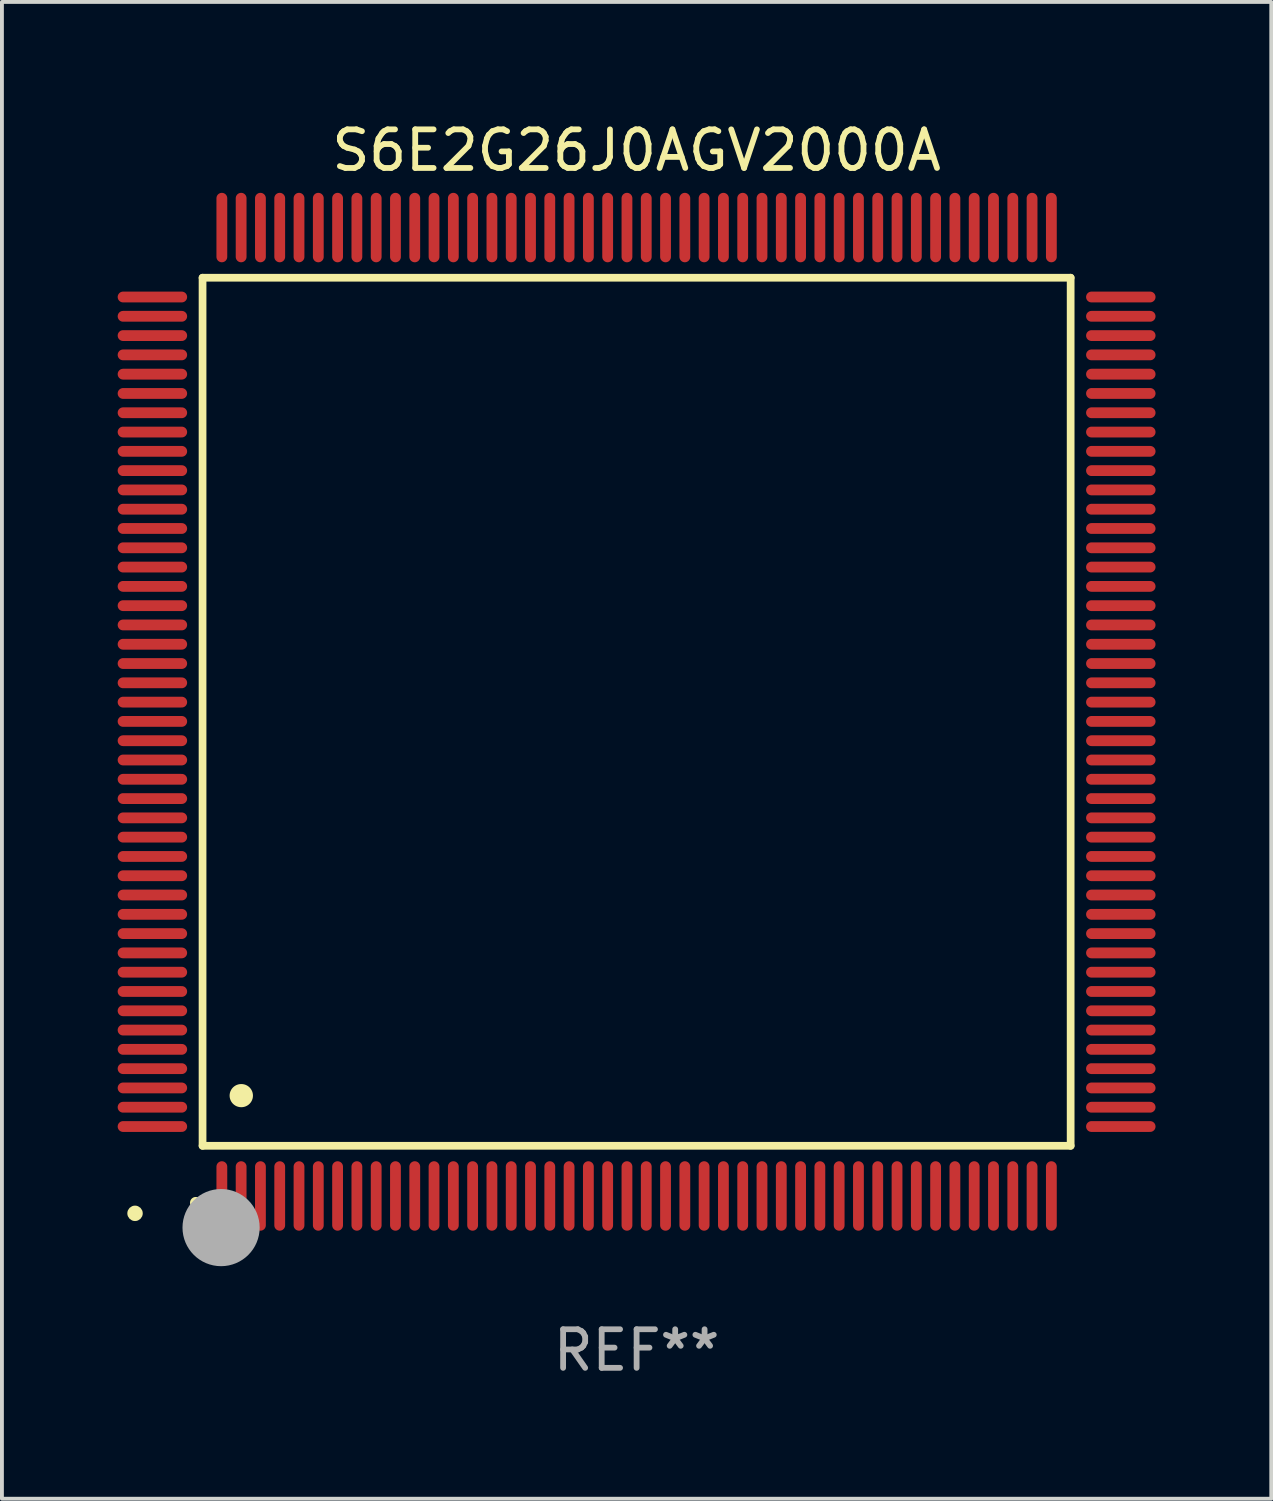
<source format=kicad_pcb>
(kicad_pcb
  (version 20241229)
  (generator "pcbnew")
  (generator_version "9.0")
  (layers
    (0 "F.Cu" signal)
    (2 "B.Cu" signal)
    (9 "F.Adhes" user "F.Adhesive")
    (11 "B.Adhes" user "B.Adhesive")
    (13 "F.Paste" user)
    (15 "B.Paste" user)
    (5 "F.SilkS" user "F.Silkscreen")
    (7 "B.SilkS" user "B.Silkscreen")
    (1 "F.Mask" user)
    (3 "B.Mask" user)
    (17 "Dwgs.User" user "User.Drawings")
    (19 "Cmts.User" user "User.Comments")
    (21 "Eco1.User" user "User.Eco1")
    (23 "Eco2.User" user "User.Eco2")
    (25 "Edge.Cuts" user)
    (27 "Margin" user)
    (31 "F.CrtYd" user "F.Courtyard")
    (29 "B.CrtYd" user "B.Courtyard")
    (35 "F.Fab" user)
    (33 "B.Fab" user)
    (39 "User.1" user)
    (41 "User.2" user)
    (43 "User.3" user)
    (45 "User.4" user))
  (footprint "S6E2G26J0AGV2000A"
    (layer "F.Cu")
    (at 13.45 15.398)
    (property "Reference" "S6E2G26J0AGV2000A" (at 0 -14.55 0) (layer "F.SilkS") (effects (font (size 1 1) (thickness 0.15))))
    (attr through_hole)
    (fp_line (start -11.25 -11.25) (end 11.25 -11.25) (stroke (width 0.2) (type solid)) (layer "F.SilkS"))
    (fp_line (start -11.25 11.25) (end -11.25 -11.25) (stroke (width 0.2) (type solid)) (layer "F.SilkS"))
    (fp_line (start 11.25 -11.25) (end 11.25 11.25) (stroke (width 0.2) (type solid)) (layer "F.SilkS"))
    (fp_line (start 11.25 11.25) (end -11.25 11.25) (stroke (width 0.2) (type solid)) (layer "F.SilkS"))
    (fp_arc (start -11.424943 12.725425) (mid -11.423673 12.72542) (end -11.422403 12.725425) (stroke (width 0.3) (type solid)) (layer "F.SilkS"))
    (fp_arc (start -10.24892 9.9492) (mid -10.24638 9.949189) (end -10.24384 9.9492) (stroke (width 0.6) (type solid)) (layer "F.SilkS"))
    (fp_circle (center -13 13) (end -12.9 13) (stroke (width 0.2) (type solid)) (fill no) (layer "F.SilkS"))
    (fp_circle (center -10.77 13.37) (end -10.27 13.37) (stroke (width 1) (type solid)) (fill no) (layer "F.Fab"))
    (fp_text user "REF**" (at 0 16.55 0) (layer "F.Fab") (effects (font (size 1 1) (thickness 0.15))))
    (pad "1" smd oval (at -10.75 12.55) (size 0.28 1.8) (layers "F.Cu" "F.Mask" "F.Paste"))
    (pad "2" smd oval (at -10.25 12.55) (size 0.28 1.8) (layers "F.Cu" "F.Mask" "F.Paste"))
    (pad "3" smd oval (at -9.75 12.55) (size 0.28 1.8) (layers "F.Cu" "F.Mask" "F.Paste"))
    (pad "4" smd oval (at -9.25 12.55) (size 0.28 1.8) (layers "F.Cu" "F.Mask" "F.Paste"))
    (pad "5" smd oval (at -8.75 12.55) (size 0.28 1.8) (layers "F.Cu" "F.Mask" "F.Paste"))
    (pad "6" smd oval (at -8.25 12.55) (size 0.28 1.8) (layers "F.Cu" "F.Mask" "F.Paste"))
    (pad "7" smd oval (at -7.75 12.55) (size 0.28 1.8) (layers "F.Cu" "F.Mask" "F.Paste"))
    (pad "8" smd oval (at -7.25 12.55) (size 0.28 1.8) (layers "F.Cu" "F.Mask" "F.Paste"))
    (pad "9" smd oval (at -6.75 12.55) (size 0.28 1.8) (layers "F.Cu" "F.Mask" "F.Paste"))
    (pad "10" smd oval (at -6.25 12.55) (size 0.28 1.8) (layers "F.Cu" "F.Mask" "F.Paste"))
    (pad "11" smd oval (at -5.75 12.55) (size 0.28 1.8) (layers "F.Cu" "F.Mask" "F.Paste"))
    (pad "12" smd oval (at -5.25 12.55) (size 0.28 1.8) (layers "F.Cu" "F.Mask" "F.Paste"))
    (pad "13" smd oval (at -4.75 12.55) (size 0.28 1.8) (layers "F.Cu" "F.Mask" "F.Paste"))
    (pad "14" smd oval (at -4.25 12.55) (size 0.28 1.8) (layers "F.Cu" "F.Mask" "F.Paste"))
    (pad "15" smd oval (at -3.75 12.55) (size 0.28 1.8) (layers "F.Cu" "F.Mask" "F.Paste"))
    (pad "16" smd oval (at -3.25 12.55) (size 0.28 1.8) (layers "F.Cu" "F.Mask" "F.Paste"))
    (pad "17" smd oval (at -2.75 12.55) (size 0.28 1.8) (layers "F.Cu" "F.Mask" "F.Paste"))
    (pad "18" smd oval (at -2.25 12.55) (size 0.28 1.8) (layers "F.Cu" "F.Mask" "F.Paste"))
    (pad "19" smd oval (at -1.75 12.55) (size 0.28 1.8) (layers "F.Cu" "F.Mask" "F.Paste"))
    (pad "20" smd oval (at -1.25 12.55) (size 0.28 1.8) (layers "F.Cu" "F.Mask" "F.Paste"))
    (pad "21" smd oval (at -0.75 12.55) (size 0.28 1.8) (layers "F.Cu" "F.Mask" "F.Paste"))
    (pad "22" smd oval (at -0.25 12.55) (size 0.28 1.8) (layers "F.Cu" "F.Mask" "F.Paste"))
    (pad "23" smd oval (at 0.25 12.55) (size 0.28 1.8) (layers "F.Cu" "F.Mask" "F.Paste"))
    (pad "24" smd oval (at 0.75 12.55) (size 0.28 1.8) (layers "F.Cu" "F.Mask" "F.Paste"))
    (pad "25" smd oval (at 1.25 12.55) (size 0.28 1.8) (layers "F.Cu" "F.Mask" "F.Paste"))
    (pad "26" smd oval (at 1.75 12.55) (size 0.28 1.8) (layers "F.Cu" "F.Mask" "F.Paste"))
    (pad "27" smd oval (at 2.25 12.55) (size 0.28 1.8) (layers "F.Cu" "F.Mask" "F.Paste"))
    (pad "28" smd oval (at 2.75 12.55) (size 0.28 1.8) (layers "F.Cu" "F.Mask" "F.Paste"))
    (pad "29" smd oval (at 3.25 12.55) (size 0.28 1.8) (layers "F.Cu" "F.Mask" "F.Paste"))
    (pad "30" smd oval (at 3.75 12.55) (size 0.28 1.8) (layers "F.Cu" "F.Mask" "F.Paste"))
    (pad "31" smd oval (at 4.25 12.55) (size 0.28 1.8) (layers "F.Cu" "F.Mask" "F.Paste"))
    (pad "32" smd oval (at 4.75 12.55) (size 0.28 1.8) (layers "F.Cu" "F.Mask" "F.Paste"))
    (pad "33" smd oval (at 5.25 12.55) (size 0.28 1.8) (layers "F.Cu" "F.Mask" "F.Paste"))
    (pad "34" smd oval (at 5.75 12.55) (size 0.28 1.8) (layers "F.Cu" "F.Mask" "F.Paste"))
    (pad "35" smd oval (at 6.25 12.55) (size 0.28 1.8) (layers "F.Cu" "F.Mask" "F.Paste"))
    (pad "36" smd oval (at 6.75 12.55) (size 0.28 1.8) (layers "F.Cu" "F.Mask" "F.Paste"))
    (pad "37" smd oval (at 7.25 12.55) (size 0.28 1.8) (layers "F.Cu" "F.Mask" "F.Paste"))
    (pad "38" smd oval (at 7.75 12.55) (size 0.28 1.8) (layers "F.Cu" "F.Mask" "F.Paste"))
    (pad "39" smd oval (at 8.25 12.55) (size 0.28 1.8) (layers "F.Cu" "F.Mask" "F.Paste"))
    (pad "40" smd oval (at 8.75 12.55) (size 0.28 1.8) (layers "F.Cu" "F.Mask" "F.Paste"))
    (pad "41" smd oval (at 9.25 12.55) (size 0.28 1.8) (layers "F.Cu" "F.Mask" "F.Paste"))
    (pad "42" smd oval (at 9.75 12.55) (size 0.28 1.8) (layers "F.Cu" "F.Mask" "F.Paste"))
    (pad "43" smd oval (at 10.25 12.55) (size 0.28 1.8) (layers "F.Cu" "F.Mask" "F.Paste"))
    (pad "44" smd oval (at 10.75 12.55) (size 0.28 1.8) (layers "F.Cu" "F.Mask" "F.Paste"))
    (pad "45" smd oval (at 12.55 10.75) (size 1.8 0.28) (layers "F.Cu" "F.Mask" "F.Paste"))
    (pad "46" smd oval (at 12.55 10.25) (size 1.8 0.28) (layers "F.Cu" "F.Mask" "F.Paste"))
    (pad "47" smd oval (at 12.55 9.75) (size 1.8 0.28) (layers "F.Cu" "F.Mask" "F.Paste"))
    (pad "48" smd oval (at 12.55 9.25) (size 1.8 0.28) (layers "F.Cu" "F.Mask" "F.Paste"))
    (pad "49" smd oval (at 12.55 8.75) (size 1.8 0.28) (layers "F.Cu" "F.Mask" "F.Paste"))
    (pad "50" smd oval (at 12.55 8.25) (size 1.8 0.28) (layers "F.Cu" "F.Mask" "F.Paste"))
    (pad "51" smd oval (at 12.55 7.75) (size 1.8 0.28) (layers "F.Cu" "F.Mask" "F.Paste"))
    (pad "52" smd oval (at 12.55 7.25) (size 1.8 0.28) (layers "F.Cu" "F.Mask" "F.Paste"))
    (pad "53" smd oval (at 12.55 6.75) (size 1.8 0.28) (layers "F.Cu" "F.Mask" "F.Paste"))
    (pad "54" smd oval (at 12.55 6.25) (size 1.8 0.28) (layers "F.Cu" "F.Mask" "F.Paste"))
    (pad "55" smd oval (at 12.55 5.75) (size 1.8 0.28) (layers "F.Cu" "F.Mask" "F.Paste"))
    (pad "56" smd oval (at 12.55 5.25) (size 1.8 0.28) (layers "F.Cu" "F.Mask" "F.Paste"))
    (pad "57" smd oval (at 12.55 4.75) (size 1.8 0.28) (layers "F.Cu" "F.Mask" "F.Paste"))
    (pad "58" smd oval (at 12.55 4.25) (size 1.8 0.28) (layers "F.Cu" "F.Mask" "F.Paste"))
    (pad "59" smd oval (at 12.55 3.75) (size 1.8 0.28) (layers "F.Cu" "F.Mask" "F.Paste"))
    (pad "60" smd oval (at 12.55 3.25) (size 1.8 0.28) (layers "F.Cu" "F.Mask" "F.Paste"))
    (pad "61" smd oval (at 12.55 2.75) (size 1.8 0.28) (layers "F.Cu" "F.Mask" "F.Paste"))
    (pad "62" smd oval (at 12.55 2.25) (size 1.8 0.28) (layers "F.Cu" "F.Mask" "F.Paste"))
    (pad "63" smd oval (at 12.55 1.75) (size 1.8 0.28) (layers "F.Cu" "F.Mask" "F.Paste"))
    (pad "64" smd oval (at 12.55 1.25) (size 1.8 0.28) (layers "F.Cu" "F.Mask" "F.Paste"))
    (pad "65" smd oval (at 12.55 0.75) (size 1.8 0.28) (layers "F.Cu" "F.Mask" "F.Paste"))
    (pad "66" smd oval (at 12.55 0.25) (size 1.8 0.28) (layers "F.Cu" "F.Mask" "F.Paste"))
    (pad "67" smd oval (at 12.55 -0.25) (size 1.8 0.28) (layers "F.Cu" "F.Mask" "F.Paste"))
    (pad "68" smd oval (at 12.55 -0.75) (size 1.8 0.28) (layers "F.Cu" "F.Mask" "F.Paste"))
    (pad "69" smd oval (at 12.55 -1.25) (size 1.8 0.28) (layers "F.Cu" "F.Mask" "F.Paste"))
    (pad "70" smd oval (at 12.55 -1.75) (size 1.8 0.28) (layers "F.Cu" "F.Mask" "F.Paste"))
    (pad "71" smd oval (at 12.55 -2.25) (size 1.8 0.28) (layers "F.Cu" "F.Mask" "F.Paste"))
    (pad "72" smd oval (at 12.55 -2.75) (size 1.8 0.28) (layers "F.Cu" "F.Mask" "F.Paste"))
    (pad "73" smd oval (at 12.55 -3.25) (size 1.8 0.28) (layers "F.Cu" "F.Mask" "F.Paste"))
    (pad "74" smd oval (at 12.55 -3.75) (size 1.8 0.28) (layers "F.Cu" "F.Mask" "F.Paste"))
    (pad "75" smd oval (at 12.55 -4.25) (size 1.8 0.28) (layers "F.Cu" "F.Mask" "F.Paste"))
    (pad "76" smd oval (at 12.55 -4.75) (size 1.8 0.28) (layers "F.Cu" "F.Mask" "F.Paste"))
    (pad "77" smd oval (at 12.55 -5.25) (size 1.8 0.28) (layers "F.Cu" "F.Mask" "F.Paste"))
    (pad "78" smd oval (at 12.55 -5.75) (size 1.8 0.28) (layers "F.Cu" "F.Mask" "F.Paste"))
    (pad "79" smd oval (at 12.55 -6.25) (size 1.8 0.28) (layers "F.Cu" "F.Mask" "F.Paste"))
    (pad "80" smd oval (at 12.55 -6.75) (size 1.8 0.28) (layers "F.Cu" "F.Mask" "F.Paste"))
    (pad "81" smd oval (at 12.55 -7.25) (size 1.8 0.28) (layers "F.Cu" "F.Mask" "F.Paste"))
    (pad "82" smd oval (at 12.55 -7.75) (size 1.8 0.28) (layers "F.Cu" "F.Mask" "F.Paste"))
    (pad "83" smd oval (at 12.55 -8.25) (size 1.8 0.28) (layers "F.Cu" "F.Mask" "F.Paste"))
    (pad "84" smd oval (at 12.55 -8.75) (size 1.8 0.28) (layers "F.Cu" "F.Mask" "F.Paste"))
    (pad "85" smd oval (at 12.55 -9.25) (size 1.8 0.28) (layers "F.Cu" "F.Mask" "F.Paste"))
    (pad "86" smd oval (at 12.55 -9.75) (size 1.8 0.28) (layers "F.Cu" "F.Mask" "F.Paste"))
    (pad "87" smd oval (at 12.55 -10.25) (size 1.8 0.28) (layers "F.Cu" "F.Mask" "F.Paste"))
    (pad "88" smd oval (at 12.55 -10.75) (size 1.8 0.28) (layers "F.Cu" "F.Mask" "F.Paste"))
    (pad "89" smd oval (at 10.75 -12.55) (size 0.28 1.8) (layers "F.Cu" "F.Mask" "F.Paste"))
    (pad "90" smd oval (at 10.25 -12.55) (size 0.28 1.8) (layers "F.Cu" "F.Mask" "F.Paste"))
    (pad "91" smd oval (at 9.75 -12.55) (size 0.28 1.8) (layers "F.Cu" "F.Mask" "F.Paste"))
    (pad "92" smd oval (at 9.25 -12.55) (size 0.28 1.8) (layers "F.Cu" "F.Mask" "F.Paste"))
    (pad "93" smd oval (at 8.75 -12.55) (size 0.28 1.8) (layers "F.Cu" "F.Mask" "F.Paste"))
    (pad "94" smd oval (at 8.25 -12.55) (size 0.28 1.8) (layers "F.Cu" "F.Mask" "F.Paste"))
    (pad "95" smd oval (at 7.75 -12.55) (size 0.28 1.8) (layers "F.Cu" "F.Mask" "F.Paste"))
    (pad "96" smd oval (at 7.25 -12.55) (size 0.28 1.8) (layers "F.Cu" "F.Mask" "F.Paste"))
    (pad "97" smd oval (at 6.75 -12.55) (size 0.28 1.8) (layers "F.Cu" "F.Mask" "F.Paste"))
    (pad "98" smd oval (at 6.25 -12.55) (size 0.28 1.8) (layers "F.Cu" "F.Mask" "F.Paste"))
    (pad "99" smd oval (at 5.75 -12.55) (size 0.28 1.8) (layers "F.Cu" "F.Mask" "F.Paste"))
    (pad "100" smd oval (at 5.25 -12.55) (size 0.28 1.8) (layers "F.Cu" "F.Mask" "F.Paste"))
    (pad "101" smd oval (at 4.75 -12.55) (size 0.28 1.8) (layers "F.Cu" "F.Mask" "F.Paste"))
    (pad "102" smd oval (at 4.25 -12.55) (size 0.28 1.8) (layers "F.Cu" "F.Mask" "F.Paste"))
    (pad "103" smd oval (at 3.75 -12.55) (size 0.28 1.8) (layers "F.Cu" "F.Mask" "F.Paste"))
    (pad "104" smd oval (at 3.25 -12.55) (size 0.28 1.8) (layers "F.Cu" "F.Mask" "F.Paste"))
    (pad "105" smd oval (at 2.75 -12.55) (size 0.28 1.8) (layers "F.Cu" "F.Mask" "F.Paste"))
    (pad "106" smd oval (at 2.25 -12.55) (size 0.28 1.8) (layers "F.Cu" "F.Mask" "F.Paste"))
    (pad "107" smd oval (at 1.75 -12.55) (size 0.28 1.8) (layers "F.Cu" "F.Mask" "F.Paste"))
    (pad "108" smd oval (at 1.25 -12.55) (size 0.28 1.8) (layers "F.Cu" "F.Mask" "F.Paste"))
    (pad "109" smd oval (at 0.75 -12.55) (size 0.28 1.8) (layers "F.Cu" "F.Mask" "F.Paste"))
    (pad "110" smd oval (at 0.25 -12.55) (size 0.28 1.8) (layers "F.Cu" "F.Mask" "F.Paste"))
    (pad "111" smd oval (at -0.25 -12.55) (size 0.28 1.8) (layers "F.Cu" "F.Mask" "F.Paste"))
    (pad "112" smd oval (at -0.75 -12.55) (size 0.28 1.8) (layers "F.Cu" "F.Mask" "F.Paste"))
    (pad "113" smd oval (at -1.25 -12.55) (size 0.28 1.8) (layers "F.Cu" "F.Mask" "F.Paste"))
    (pad "114" smd oval (at -1.75 -12.55) (size 0.28 1.8) (layers "F.Cu" "F.Mask" "F.Paste"))
    (pad "115" smd oval (at -2.25 -12.55) (size 0.28 1.8) (layers "F.Cu" "F.Mask" "F.Paste"))
    (pad "116" smd oval (at -2.75 -12.55) (size 0.28 1.8) (layers "F.Cu" "F.Mask" "F.Paste"))
    (pad "117" smd oval (at -3.25 -12.55) (size 0.28 1.8) (layers "F.Cu" "F.Mask" "F.Paste"))
    (pad "118" smd oval (at -3.75 -12.55) (size 0.28 1.8) (layers "F.Cu" "F.Mask" "F.Paste"))
    (pad "119" smd oval (at -4.25 -12.55) (size 0.28 1.8) (layers "F.Cu" "F.Mask" "F.Paste"))
    (pad "120" smd oval (at -4.75 -12.55) (size 0.28 1.8) (layers "F.Cu" "F.Mask" "F.Paste"))
    (pad "121" smd oval (at -5.25 -12.55) (size 0.28 1.8) (layers "F.Cu" "F.Mask" "F.Paste"))
    (pad "122" smd oval (at -5.75 -12.55) (size 0.28 1.8) (layers "F.Cu" "F.Mask" "F.Paste"))
    (pad "123" smd oval (at -6.25 -12.55) (size 0.28 1.8) (layers "F.Cu" "F.Mask" "F.Paste"))
    (pad "124" smd oval (at -6.75 -12.55) (size 0.28 1.8) (layers "F.Cu" "F.Mask" "F.Paste"))
    (pad "125" smd oval (at -7.25 -12.55) (size 0.28 1.8) (layers "F.Cu" "F.Mask" "F.Paste"))
    (pad "126" smd oval (at -7.75 -12.55) (size 0.28 1.8) (layers "F.Cu" "F.Mask" "F.Paste"))
    (pad "127" smd oval (at -8.25 -12.55) (size 0.28 1.8) (layers "F.Cu" "F.Mask" "F.Paste"))
    (pad "128" smd oval (at -8.75 -12.55) (size 0.28 1.8) (layers "F.Cu" "F.Mask" "F.Paste"))
    (pad "129" smd oval (at -9.25 -12.55) (size 0.28 1.8) (layers "F.Cu" "F.Mask" "F.Paste"))
    (pad "130" smd oval (at -9.75 -12.55) (size 0.28 1.8) (layers "F.Cu" "F.Mask" "F.Paste"))
    (pad "131" smd oval (at -10.25 -12.55) (size 0.28 1.8) (layers "F.Cu" "F.Mask" "F.Paste"))
    (pad "132" smd oval (at -10.75 -12.55) (size 0.28 1.8) (layers "F.Cu" "F.Mask" "F.Paste"))
    (pad "133" smd oval (at -12.55 -10.75) (size 1.8 0.28) (layers "F.Cu" "F.Mask" "F.Paste"))
    (pad "134" smd oval (at -12.55 -10.25) (size 1.8 0.28) (layers "F.Cu" "F.Mask" "F.Paste"))
    (pad "135" smd oval (at -12.55 -9.75) (size 1.8 0.28) (layers "F.Cu" "F.Mask" "F.Paste"))
    (pad "136" smd oval (at -12.55 -9.25) (size 1.8 0.28) (layers "F.Cu" "F.Mask" "F.Paste"))
    (pad "137" smd oval (at -12.55 -8.75) (size 1.8 0.28) (layers "F.Cu" "F.Mask" "F.Paste"))
    (pad "138" smd oval (at -12.55 -8.25) (size 1.8 0.28) (layers "F.Cu" "F.Mask" "F.Paste"))
    (pad "139" smd oval (at -12.55 -7.75) (size 1.8 0.28) (layers "F.Cu" "F.Mask" "F.Paste"))
    (pad "140" smd oval (at -12.55 -7.25) (size 1.8 0.28) (layers "F.Cu" "F.Mask" "F.Paste"))
    (pad "141" smd oval (at -12.55 -6.75) (size 1.8 0.28) (layers "F.Cu" "F.Mask" "F.Paste"))
    (pad "142" smd oval (at -12.55 -6.25) (size 1.8 0.28) (layers "F.Cu" "F.Mask" "F.Paste"))
    (pad "143" smd oval (at -12.55 -5.75) (size 1.8 0.28) (layers "F.Cu" "F.Mask" "F.Paste"))
    (pad "144" smd oval (at -12.55 -5.25) (size 1.8 0.28) (layers "F.Cu" "F.Mask" "F.Paste"))
    (pad "145" smd oval (at -12.55 -4.75) (size 1.8 0.28) (layers "F.Cu" "F.Mask" "F.Paste"))
    (pad "146" smd oval (at -12.55 -4.25) (size 1.8 0.28) (layers "F.Cu" "F.Mask" "F.Paste"))
    (pad "147" smd oval (at -12.55 -3.75) (size 1.8 0.28) (layers "F.Cu" "F.Mask" "F.Paste"))
    (pad "148" smd oval (at -12.55 -3.25) (size 1.8 0.28) (layers "F.Cu" "F.Mask" "F.Paste"))
    (pad "149" smd oval (at -12.55 -2.75) (size 1.8 0.28) (layers "F.Cu" "F.Mask" "F.Paste"))
    (pad "150" smd oval (at -12.55 -2.25) (size 1.8 0.28) (layers "F.Cu" "F.Mask" "F.Paste"))
    (pad "151" smd oval (at -12.55 -1.75) (size 1.8 0.28) (layers "F.Cu" "F.Mask" "F.Paste"))
    (pad "152" smd oval (at -12.55 -1.25) (size 1.8 0.28) (layers "F.Cu" "F.Mask" "F.Paste"))
    (pad "153" smd oval (at -12.55 -0.75) (size 1.8 0.28) (layers "F.Cu" "F.Mask" "F.Paste"))
    (pad "154" smd oval (at -12.55 -0.25) (size 1.8 0.28) (layers "F.Cu" "F.Mask" "F.Paste"))
    (pad "155" smd oval (at -12.55 0.25) (size 1.8 0.28) (layers "F.Cu" "F.Mask" "F.Paste"))
    (pad "156" smd oval (at -12.55 0.75) (size 1.8 0.28) (layers "F.Cu" "F.Mask" "F.Paste"))
    (pad "157" smd oval (at -12.55 1.25) (size 1.8 0.28) (layers "F.Cu" "F.Mask" "F.Paste"))
    (pad "158" smd oval (at -12.55 1.75) (size 1.8 0.28) (layers "F.Cu" "F.Mask" "F.Paste"))
    (pad "159" smd oval (at -12.55 2.25) (size 1.8 0.28) (layers "F.Cu" "F.Mask" "F.Paste"))
    (pad "160" smd oval (at -12.55 2.75) (size 1.8 0.28) (layers "F.Cu" "F.Mask" "F.Paste"))
    (pad "161" smd oval (at -12.55 3.25) (size 1.8 0.28) (layers "F.Cu" "F.Mask" "F.Paste"))
    (pad "162" smd oval (at -12.55 3.75) (size 1.8 0.28) (layers "F.Cu" "F.Mask" "F.Paste"))
    (pad "163" smd oval (at -12.55 4.25) (size 1.8 0.28) (layers "F.Cu" "F.Mask" "F.Paste"))
    (pad "164" smd oval (at -12.55 4.75) (size 1.8 0.28) (layers "F.Cu" "F.Mask" "F.Paste"))
    (pad "165" smd oval (at -12.55 5.25) (size 1.8 0.28) (layers "F.Cu" "F.Mask" "F.Paste"))
    (pad "166" smd oval (at -12.55 5.75) (size 1.8 0.28) (layers "F.Cu" "F.Mask" "F.Paste"))
    (pad "167" smd oval (at -12.55 6.25) (size 1.8 0.28) (layers "F.Cu" "F.Mask" "F.Paste"))
    (pad "168" smd oval (at -12.55 6.75) (size 1.8 0.28) (layers "F.Cu" "F.Mask" "F.Paste"))
    (pad "169" smd oval (at -12.55 7.25) (size 1.8 0.28) (layers "F.Cu" "F.Mask" "F.Paste"))
    (pad "170" smd oval (at -12.55 7.75) (size 1.8 0.28) (layers "F.Cu" "F.Mask" "F.Paste"))
    (pad "171" smd oval (at -12.55 8.25) (size 1.8 0.28) (layers "F.Cu" "F.Mask" "F.Paste"))
    (pad "172" smd oval (at -12.55 8.75) (size 1.8 0.28) (layers "F.Cu" "F.Mask" "F.Paste"))
    (pad "173" smd oval (at -12.55 9.25) (size 1.8 0.28) (layers "F.Cu" "F.Mask" "F.Paste"))
    (pad "174" smd oval (at -12.55 9.75) (size 1.8 0.28) (layers "F.Cu" "F.Mask" "F.Paste"))
    (pad "175" smd oval (at -12.55 10.25) (size 1.8 0.28) (layers "F.Cu" "F.Mask" "F.Paste"))
    (pad "176" smd oval (at -12.55 10.75) (size 1.8 0.28) (layers "F.Cu" "F.Mask" "F.Paste")))
  (gr_rect
    (start -3 -3)
    (end 29.9 35.796)
    (stroke (width 0.1) (type default))
    (fill no)
    (layer "Edge.Cuts")))
</source>
